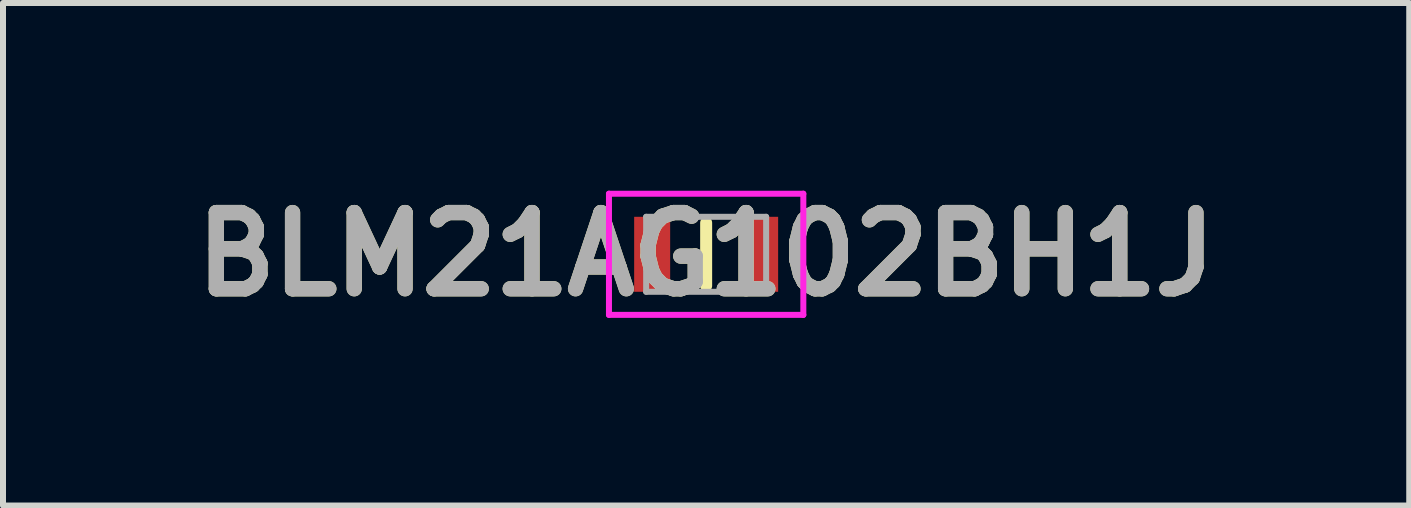
<source format=kicad_pcb>
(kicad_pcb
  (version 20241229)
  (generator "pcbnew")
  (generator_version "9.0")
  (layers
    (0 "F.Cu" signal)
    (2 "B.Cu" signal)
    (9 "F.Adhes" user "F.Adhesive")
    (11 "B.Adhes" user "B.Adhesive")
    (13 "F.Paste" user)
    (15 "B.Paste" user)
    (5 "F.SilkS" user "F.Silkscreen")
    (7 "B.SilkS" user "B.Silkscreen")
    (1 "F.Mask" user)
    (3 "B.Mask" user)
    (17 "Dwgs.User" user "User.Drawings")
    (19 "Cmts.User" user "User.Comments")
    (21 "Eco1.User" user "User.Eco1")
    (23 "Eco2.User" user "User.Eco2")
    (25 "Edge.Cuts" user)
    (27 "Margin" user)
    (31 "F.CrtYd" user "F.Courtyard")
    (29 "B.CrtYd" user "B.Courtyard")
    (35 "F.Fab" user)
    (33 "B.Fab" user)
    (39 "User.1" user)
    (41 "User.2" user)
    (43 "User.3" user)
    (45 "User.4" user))
  (footprint "BLM21AG102BH1J"
    (layer "F.Cu")
    (at 8.721 1.189)
    (property "Reference" "BLM21AG102BH1J" (at 0 0 0) (layer "F.SilkS") (effects (font (size 1.27 1.27) (thickness 0.254))))
    (attr smd)
    (fp_line (start 0 -0.525) (end 0 0.525) (stroke (width 0.2) (type solid)) (layer "F.SilkS"))
    (fp_line (start -1.62 -1.01) (end 1.62 -1.01) (stroke (width 0.1) (type solid)) (layer "F.CrtYd"))
    (fp_line (start -1.62 1.01) (end -1.62 -1.01) (stroke (width 0.1) (type solid)) (layer "F.CrtYd"))
    (fp_line (start 1.62 -1.01) (end 1.62 1.01) (stroke (width 0.1) (type solid)) (layer "F.CrtYd"))
    (fp_line (start 1.62 1.01) (end -1.62 1.01) (stroke (width 0.1) (type solid)) (layer "F.CrtYd"))
    (fp_line (start -1 -0.625) (end 1 -0.625) (stroke (width 0.1) (type solid)) (layer "F.Fab"))
    (fp_line (start -1 0.625) (end -1 -0.625) (stroke (width 0.1) (type solid)) (layer "F.Fab"))
    (fp_line (start 1 -0.625) (end 1 0.625) (stroke (width 0.1) (type solid)) (layer "F.Fab"))
    (fp_line (start 1 0.625) (end -1 0.625) (stroke (width 0.1) (type solid)) (layer "F.Fab"))
    (fp_text user "${REFERENCE}" (at 0 0 0) (layer "F.Fab") (effects (font (size 1.27 1.27) (thickness 0.254))))
    (pad "1" smd rect (at -0.9 0) (size 0.6 1.25) (layers "F.Cu" "F.Mask" "F.Paste"))
    (pad "2" smd rect (at 0.9 0) (size 0.6 1.25) (layers "F.Cu" "F.Mask" "F.Paste")))
  (gr_rect
    (start -3 -3)
    (end 20.441 5.377)
    (stroke (width 0.1) (type default))
    (fill no)
    (layer "Edge.Cuts")))
</source>
